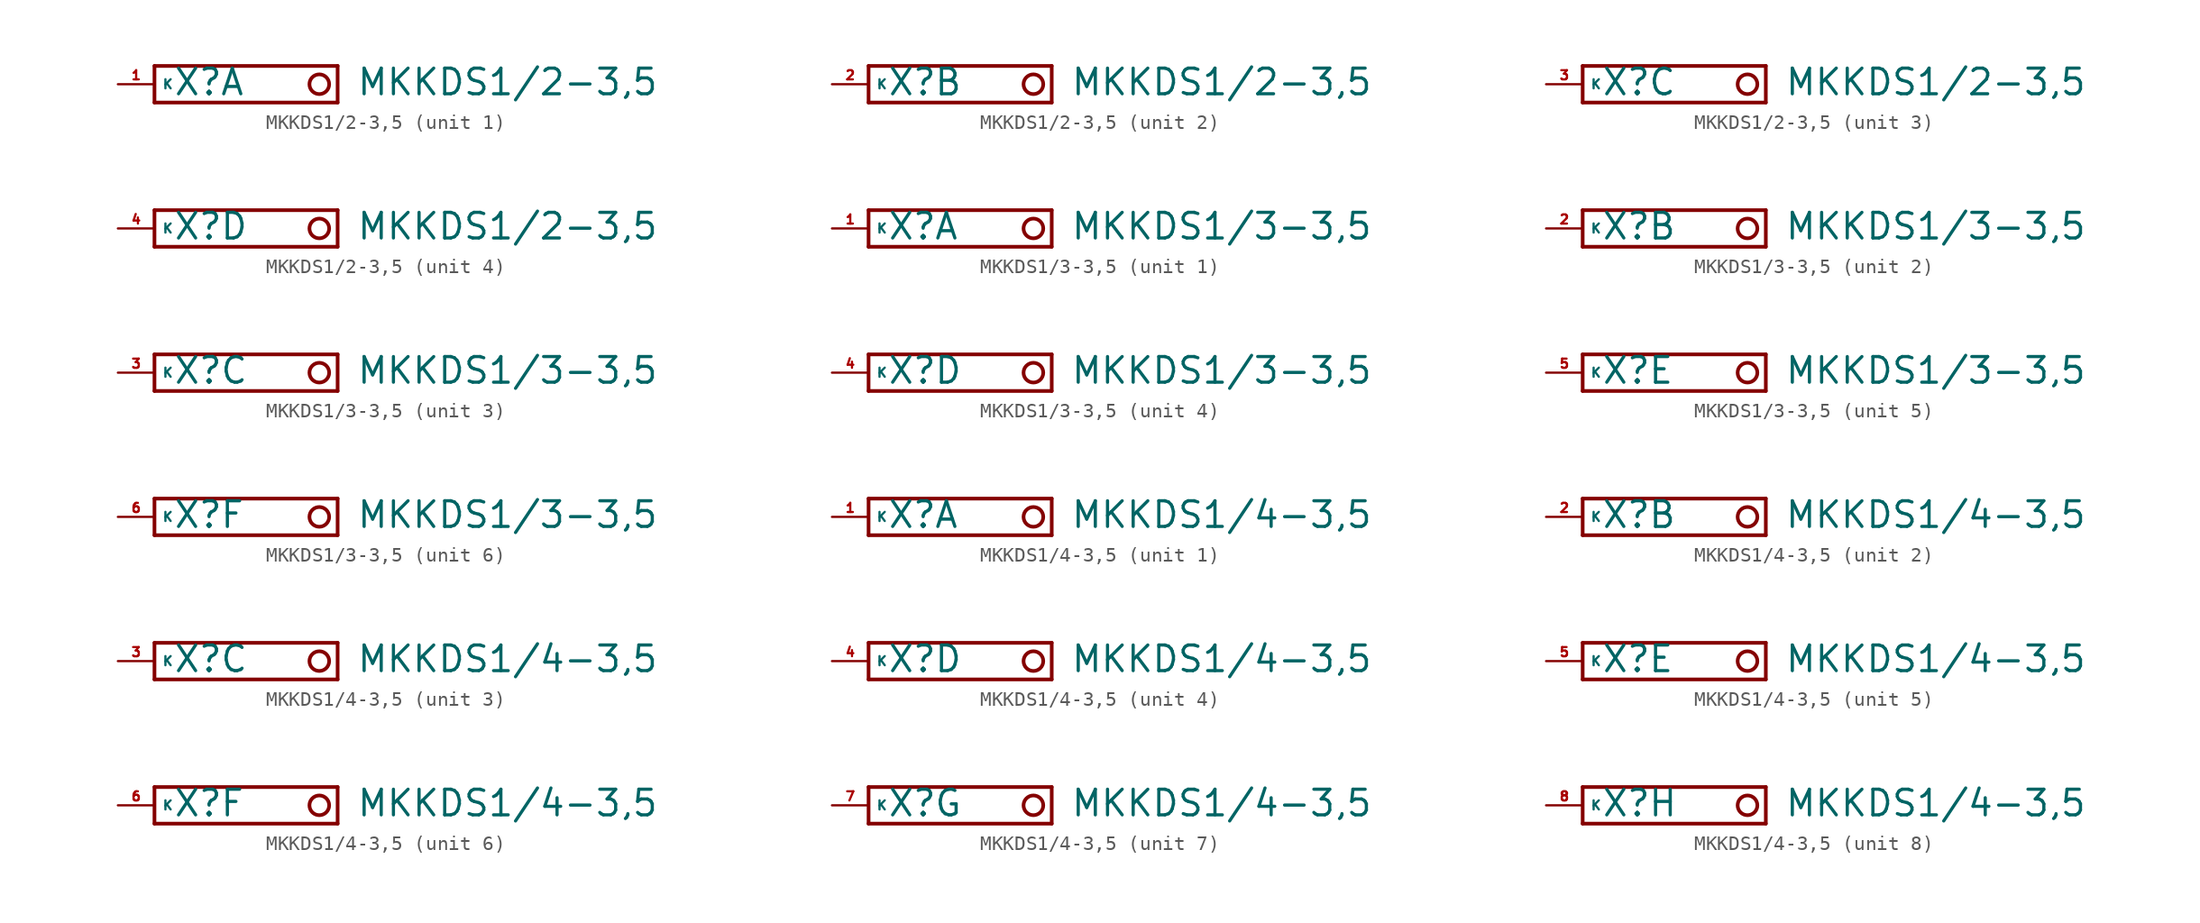
<source format=kicad_sym>
(kicad_symbol_lib
  (version 20220914)
  (generator Eagle2Kicad)
  (symbol "MKKDS1/2-3,5"
    (property "Reference" "X"
      (at 1.27 -0.889 0)
      (effects (font (size 1.778 1.778) (thickness 0.22)) (justify left bottom)))
    (property "Value" "MKKDS1/2-3,5"
      (at 13.97 -0.889 0)
      (effects (font (size 1.778 1.778) (thickness 0.22)) (justify left bottom)))
    (symbol "MKKDS1/2-3,5_1_0"
      (polyline (pts (xy 0 -1.27) (xy 0 1.27)) (stroke (width 0.254) (type default)) (fill (type none)))
      (polyline (pts (xy 12.7 -1.27) (xy 0 -1.27)) (stroke (width 0.254) (type default)) (fill (type none)))
      (polyline (pts (xy 12.7 -1.27) (xy 12.7 1.27)) (stroke (width 0.254) (type default)) (fill (type none)))
      (polyline (pts (xy 0 1.27) (xy 12.7 1.27)) (stroke (width 0.254) (type default)) (fill (type none)))
      (circle (center 11.43 0) (radius 0.684) (stroke (width 0.254) (type default)) (fill (type none)))
      (pin passive line (at -2.54 0 0) (length 2.54) (name "K" (effects (font (size 0.635 0.635) (thickness 0.08)) (justify left bottom))) (number "1" (effects (font (size 0.635 0.635) (thickness 0.08)) (justify left bottom)))))
    (symbol "MKKDS1/2-3,5_2_0"
      (polyline (pts (xy 0 -1.27) (xy 0 1.27)) (stroke (width 0.254) (type default)) (fill (type none)))
      (polyline (pts (xy 12.7 -1.27) (xy 0 -1.27)) (stroke (width 0.254) (type default)) (fill (type none)))
      (polyline (pts (xy 12.7 -1.27) (xy 12.7 1.27)) (stroke (width 0.254) (type default)) (fill (type none)))
      (polyline (pts (xy 0 1.27) (xy 12.7 1.27)) (stroke (width 0.254) (type default)) (fill (type none)))
      (circle (center 11.43 0) (radius 0.684) (stroke (width 0.254) (type default)) (fill (type none)))
      (pin passive line (at -2.54 0 0) (length 2.54) (name "K" (effects (font (size 0.635 0.635) (thickness 0.08)) (justify left bottom))) (number "2" (effects (font (size 0.635 0.635) (thickness 0.08)) (justify left bottom)))))
    (symbol "MKKDS1/2-3,5_3_0"
      (polyline (pts (xy 0 -1.27) (xy 0 1.27)) (stroke (width 0.254) (type default)) (fill (type none)))
      (polyline (pts (xy 12.7 -1.27) (xy 0 -1.27)) (stroke (width 0.254) (type default)) (fill (type none)))
      (polyline (pts (xy 12.7 -1.27) (xy 12.7 1.27)) (stroke (width 0.254) (type default)) (fill (type none)))
      (polyline (pts (xy 0 1.27) (xy 12.7 1.27)) (stroke (width 0.254) (type default)) (fill (type none)))
      (circle (center 11.43 0) (radius 0.684) (stroke (width 0.254) (type default)) (fill (type none)))
      (pin passive line (at -2.54 0 0) (length 2.54) (name "K" (effects (font (size 0.635 0.635) (thickness 0.08)) (justify left bottom))) (number "3" (effects (font (size 0.635 0.635) (thickness 0.08)) (justify left bottom)))))
    (symbol "MKKDS1/2-3,5_4_0"
      (polyline (pts (xy 0 -1.27) (xy 0 1.27)) (stroke (width 0.254) (type default)) (fill (type none)))
      (polyline (pts (xy 12.7 -1.27) (xy 0 -1.27)) (stroke (width 0.254) (type default)) (fill (type none)))
      (polyline (pts (xy 12.7 -1.27) (xy 12.7 1.27)) (stroke (width 0.254) (type default)) (fill (type none)))
      (polyline (pts (xy 0 1.27) (xy 12.7 1.27)) (stroke (width 0.254) (type default)) (fill (type none)))
      (circle (center 11.43 0) (radius 0.684) (stroke (width 0.254) (type default)) (fill (type none)))
      (pin passive line (at -2.54 0 0) (length 2.54) (name "K" (effects (font (size 0.635 0.635) (thickness 0.08)) (justify left bottom))) (number "4" (effects (font (size 0.635 0.635) (thickness 0.08)) (justify left bottom))))))
  (symbol "MKKDS1/3-3,5"
    (property "Reference" "X"
      (at 1.27 -0.889 0)
      (effects (font (size 1.778 1.778) (thickness 0.22)) (justify left bottom)))
    (property "Value" "MKKDS1/3-3,5"
      (at 13.97 -0.889 0)
      (effects (font (size 1.778 1.778) (thickness 0.22)) (justify left bottom)))
    (symbol "MKKDS1/3-3,5_1_0"
      (polyline (pts (xy 0 -1.27) (xy 0 1.27)) (stroke (width 0.254) (type default)) (fill (type none)))
      (polyline (pts (xy 12.7 -1.27) (xy 0 -1.27)) (stroke (width 0.254) (type default)) (fill (type none)))
      (polyline (pts (xy 12.7 -1.27) (xy 12.7 1.27)) (stroke (width 0.254) (type default)) (fill (type none)))
      (polyline (pts (xy 0 1.27) (xy 12.7 1.27)) (stroke (width 0.254) (type default)) (fill (type none)))
      (circle (center 11.43 0) (radius 0.684) (stroke (width 0.254) (type default)) (fill (type none)))
      (pin passive line (at -2.54 0 0) (length 2.54) (name "K" (effects (font (size 0.635 0.635) (thickness 0.08)) (justify left bottom))) (number "1" (effects (font (size 0.635 0.635) (thickness 0.08)) (justify left bottom)))))
    (symbol "MKKDS1/3-3,5_2_0"
      (polyline (pts (xy 0 -1.27) (xy 0 1.27)) (stroke (width 0.254) (type default)) (fill (type none)))
      (polyline (pts (xy 12.7 -1.27) (xy 0 -1.27)) (stroke (width 0.254) (type default)) (fill (type none)))
      (polyline (pts (xy 12.7 -1.27) (xy 12.7 1.27)) (stroke (width 0.254) (type default)) (fill (type none)))
      (polyline (pts (xy 0 1.27) (xy 12.7 1.27)) (stroke (width 0.254) (type default)) (fill (type none)))
      (circle (center 11.43 0) (radius 0.684) (stroke (width 0.254) (type default)) (fill (type none)))
      (pin passive line (at -2.54 0 0) (length 2.54) (name "K" (effects (font (size 0.635 0.635) (thickness 0.08)) (justify left bottom))) (number "2" (effects (font (size 0.635 0.635) (thickness 0.08)) (justify left bottom)))))
    (symbol "MKKDS1/3-3,5_3_0"
      (polyline (pts (xy 0 -1.27) (xy 0 1.27)) (stroke (width 0.254) (type default)) (fill (type none)))
      (polyline (pts (xy 12.7 -1.27) (xy 0 -1.27)) (stroke (width 0.254) (type default)) (fill (type none)))
      (polyline (pts (xy 12.7 -1.27) (xy 12.7 1.27)) (stroke (width 0.254) (type default)) (fill (type none)))
      (polyline (pts (xy 0 1.27) (xy 12.7 1.27)) (stroke (width 0.254) (type default)) (fill (type none)))
      (circle (center 11.43 0) (radius 0.684) (stroke (width 0.254) (type default)) (fill (type none)))
      (pin passive line (at -2.54 0 0) (length 2.54) (name "K" (effects (font (size 0.635 0.635) (thickness 0.08)) (justify left bottom))) (number "3" (effects (font (size 0.635 0.635) (thickness 0.08)) (justify left bottom)))))
    (symbol "MKKDS1/3-3,5_4_0"
      (polyline (pts (xy 0 -1.27) (xy 0 1.27)) (stroke (width 0.254) (type default)) (fill (type none)))
      (polyline (pts (xy 12.7 -1.27) (xy 0 -1.27)) (stroke (width 0.254) (type default)) (fill (type none)))
      (polyline (pts (xy 12.7 -1.27) (xy 12.7 1.27)) (stroke (width 0.254) (type default)) (fill (type none)))
      (polyline (pts (xy 0 1.27) (xy 12.7 1.27)) (stroke (width 0.254) (type default)) (fill (type none)))
      (circle (center 11.43 0) (radius 0.684) (stroke (width 0.254) (type default)) (fill (type none)))
      (pin passive line (at -2.54 0 0) (length 2.54) (name "K" (effects (font (size 0.635 0.635) (thickness 0.08)) (justify left bottom))) (number "4" (effects (font (size 0.635 0.635) (thickness 0.08)) (justify left bottom)))))
    (symbol "MKKDS1/3-3,5_5_0"
      (polyline (pts (xy 0 -1.27) (xy 0 1.27)) (stroke (width 0.254) (type default)) (fill (type none)))
      (polyline (pts (xy 12.7 -1.27) (xy 0 -1.27)) (stroke (width 0.254) (type default)) (fill (type none)))
      (polyline (pts (xy 12.7 -1.27) (xy 12.7 1.27)) (stroke (width 0.254) (type default)) (fill (type none)))
      (polyline (pts (xy 0 1.27) (xy 12.7 1.27)) (stroke (width 0.254) (type default)) (fill (type none)))
      (circle (center 11.43 0) (radius 0.684) (stroke (width 0.254) (type default)) (fill (type none)))
      (pin passive line (at -2.54 0 0) (length 2.54) (name "K" (effects (font (size 0.635 0.635) (thickness 0.08)) (justify left bottom))) (number "5" (effects (font (size 0.635 0.635) (thickness 0.08)) (justify left bottom)))))
    (symbol "MKKDS1/3-3,5_6_0"
      (polyline (pts (xy 0 -1.27) (xy 0 1.27)) (stroke (width 0.254) (type default)) (fill (type none)))
      (polyline (pts (xy 12.7 -1.27) (xy 0 -1.27)) (stroke (width 0.254) (type default)) (fill (type none)))
      (polyline (pts (xy 12.7 -1.27) (xy 12.7 1.27)) (stroke (width 0.254) (type default)) (fill (type none)))
      (polyline (pts (xy 0 1.27) (xy 12.7 1.27)) (stroke (width 0.254) (type default)) (fill (type none)))
      (circle (center 11.43 0) (radius 0.684) (stroke (width 0.254) (type default)) (fill (type none)))
      (pin passive line (at -2.54 0 0) (length 2.54) (name "K" (effects (font (size 0.635 0.635) (thickness 0.08)) (justify left bottom))) (number "6" (effects (font (size 0.635 0.635) (thickness 0.08)) (justify left bottom))))))
  (symbol "MKKDS1/4-3,5"
    (property "Reference" "X"
      (at 1.27 -0.889 0)
      (effects (font (size 1.778 1.778) (thickness 0.22)) (justify left bottom)))
    (property "Value" "MKKDS1/4-3,5"
      (at 13.97 -0.889 0)
      (effects (font (size 1.778 1.778) (thickness 0.22)) (justify left bottom)))
    (symbol "MKKDS1/4-3,5_1_0"
      (polyline (pts (xy 0 -1.27) (xy 0 1.27)) (stroke (width 0.254) (type default)) (fill (type none)))
      (polyline (pts (xy 12.7 -1.27) (xy 0 -1.27)) (stroke (width 0.254) (type default)) (fill (type none)))
      (polyline (pts (xy 12.7 -1.27) (xy 12.7 1.27)) (stroke (width 0.254) (type default)) (fill (type none)))
      (polyline (pts (xy 0 1.27) (xy 12.7 1.27)) (stroke (width 0.254) (type default)) (fill (type none)))
      (circle (center 11.43 0) (radius 0.684) (stroke (width 0.254) (type default)) (fill (type none)))
      (pin passive line (at -2.54 0 0) (length 2.54) (name "K" (effects (font (size 0.635 0.635) (thickness 0.08)) (justify left bottom))) (number "1" (effects (font (size 0.635 0.635) (thickness 0.08)) (justify left bottom)))))
    (symbol "MKKDS1/4-3,5_2_0"
      (polyline (pts (xy 0 -1.27) (xy 0 1.27)) (stroke (width 0.254) (type default)) (fill (type none)))
      (polyline (pts (xy 12.7 -1.27) (xy 0 -1.27)) (stroke (width 0.254) (type default)) (fill (type none)))
      (polyline (pts (xy 12.7 -1.27) (xy 12.7 1.27)) (stroke (width 0.254) (type default)) (fill (type none)))
      (polyline (pts (xy 0 1.27) (xy 12.7 1.27)) (stroke (width 0.254) (type default)) (fill (type none)))
      (circle (center 11.43 0) (radius 0.684) (stroke (width 0.254) (type default)) (fill (type none)))
      (pin passive line (at -2.54 0 0) (length 2.54) (name "K" (effects (font (size 0.635 0.635) (thickness 0.08)) (justify left bottom))) (number "2" (effects (font (size 0.635 0.635) (thickness 0.08)) (justify left bottom)))))
    (symbol "MKKDS1/4-3,5_3_0"
      (polyline (pts (xy 0 -1.27) (xy 0 1.27)) (stroke (width 0.254) (type default)) (fill (type none)))
      (polyline (pts (xy 12.7 -1.27) (xy 0 -1.27)) (stroke (width 0.254) (type default)) (fill (type none)))
      (polyline (pts (xy 12.7 -1.27) (xy 12.7 1.27)) (stroke (width 0.254) (type default)) (fill (type none)))
      (polyline (pts (xy 0 1.27) (xy 12.7 1.27)) (stroke (width 0.254) (type default)) (fill (type none)))
      (circle (center 11.43 0) (radius 0.684) (stroke (width 0.254) (type default)) (fill (type none)))
      (pin passive line (at -2.54 0 0) (length 2.54) (name "K" (effects (font (size 0.635 0.635) (thickness 0.08)) (justify left bottom))) (number "3" (effects (font (size 0.635 0.635) (thickness 0.08)) (justify left bottom)))))
    (symbol "MKKDS1/4-3,5_4_0"
      (polyline (pts (xy 0 -1.27) (xy 0 1.27)) (stroke (width 0.254) (type default)) (fill (type none)))
      (polyline (pts (xy 12.7 -1.27) (xy 0 -1.27)) (stroke (width 0.254) (type default)) (fill (type none)))
      (polyline (pts (xy 12.7 -1.27) (xy 12.7 1.27)) (stroke (width 0.254) (type default)) (fill (type none)))
      (polyline (pts (xy 0 1.27) (xy 12.7 1.27)) (stroke (width 0.254) (type default)) (fill (type none)))
      (circle (center 11.43 0) (radius 0.684) (stroke (width 0.254) (type default)) (fill (type none)))
      (pin passive line (at -2.54 0 0) (length 2.54) (name "K" (effects (font (size 0.635 0.635) (thickness 0.08)) (justify left bottom))) (number "4" (effects (font (size 0.635 0.635) (thickness 0.08)) (justify left bottom)))))
    (symbol "MKKDS1/4-3,5_5_0"
      (polyline (pts (xy 0 -1.27) (xy 0 1.27)) (stroke (width 0.254) (type default)) (fill (type none)))
      (polyline (pts (xy 12.7 -1.27) (xy 0 -1.27)) (stroke (width 0.254) (type default)) (fill (type none)))
      (polyline (pts (xy 12.7 -1.27) (xy 12.7 1.27)) (stroke (width 0.254) (type default)) (fill (type none)))
      (polyline (pts (xy 0 1.27) (xy 12.7 1.27)) (stroke (width 0.254) (type default)) (fill (type none)))
      (circle (center 11.43 0) (radius 0.684) (stroke (width 0.254) (type default)) (fill (type none)))
      (pin passive line (at -2.54 0 0) (length 2.54) (name "K" (effects (font (size 0.635 0.635) (thickness 0.08)) (justify left bottom))) (number "5" (effects (font (size 0.635 0.635) (thickness 0.08)) (justify left bottom)))))
    (symbol "MKKDS1/4-3,5_6_0"
      (polyline (pts (xy 0 -1.27) (xy 0 1.27)) (stroke (width 0.254) (type default)) (fill (type none)))
      (polyline (pts (xy 12.7 -1.27) (xy 0 -1.27)) (stroke (width 0.254) (type default)) (fill (type none)))
      (polyline (pts (xy 12.7 -1.27) (xy 12.7 1.27)) (stroke (width 0.254) (type default)) (fill (type none)))
      (polyline (pts (xy 0 1.27) (xy 12.7 1.27)) (stroke (width 0.254) (type default)) (fill (type none)))
      (circle (center 11.43 0) (radius 0.684) (stroke (width 0.254) (type default)) (fill (type none)))
      (pin passive line (at -2.54 0 0) (length 2.54) (name "K" (effects (font (size 0.635 0.635) (thickness 0.08)) (justify left bottom))) (number "6" (effects (font (size 0.635 0.635) (thickness 0.08)) (justify left bottom)))))
    (symbol "MKKDS1/4-3,5_7_0"
      (polyline (pts (xy 0 -1.27) (xy 0 1.27)) (stroke (width 0.254) (type default)) (fill (type none)))
      (polyline (pts (xy 12.7 -1.27) (xy 0 -1.27)) (stroke (width 0.254) (type default)) (fill (type none)))
      (polyline (pts (xy 12.7 -1.27) (xy 12.7 1.27)) (stroke (width 0.254) (type default)) (fill (type none)))
      (polyline (pts (xy 0 1.27) (xy 12.7 1.27)) (stroke (width 0.254) (type default)) (fill (type none)))
      (circle (center 11.43 0) (radius 0.684) (stroke (width 0.254) (type default)) (fill (type none)))
      (pin passive line (at -2.54 0 0) (length 2.54) (name "K" (effects (font (size 0.635 0.635) (thickness 0.08)) (justify left bottom))) (number "7" (effects (font (size 0.635 0.635) (thickness 0.08)) (justify left bottom)))))
    (symbol "MKKDS1/4-3,5_8_0"
      (polyline (pts (xy 0 -1.27) (xy 0 1.27)) (stroke (width 0.254) (type default)) (fill (type none)))
      (polyline (pts (xy 12.7 -1.27) (xy 0 -1.27)) (stroke (width 0.254) (type default)) (fill (type none)))
      (polyline (pts (xy 12.7 -1.27) (xy 12.7 1.27)) (stroke (width 0.254) (type default)) (fill (type none)))
      (polyline (pts (xy 0 1.27) (xy 12.7 1.27)) (stroke (width 0.254) (type default)) (fill (type none)))
      (circle (center 11.43 0) (radius 0.684) (stroke (width 0.254) (type default)) (fill (type none)))
      (pin passive line (at -2.54 0 0) (length 2.54) (name "K" (effects (font (size 0.635 0.635) (thickness 0.08)) (justify left bottom))) (number "8" (effects (font (size 0.635 0.635) (thickness 0.08)) (justify left bottom)))))))
</source>
